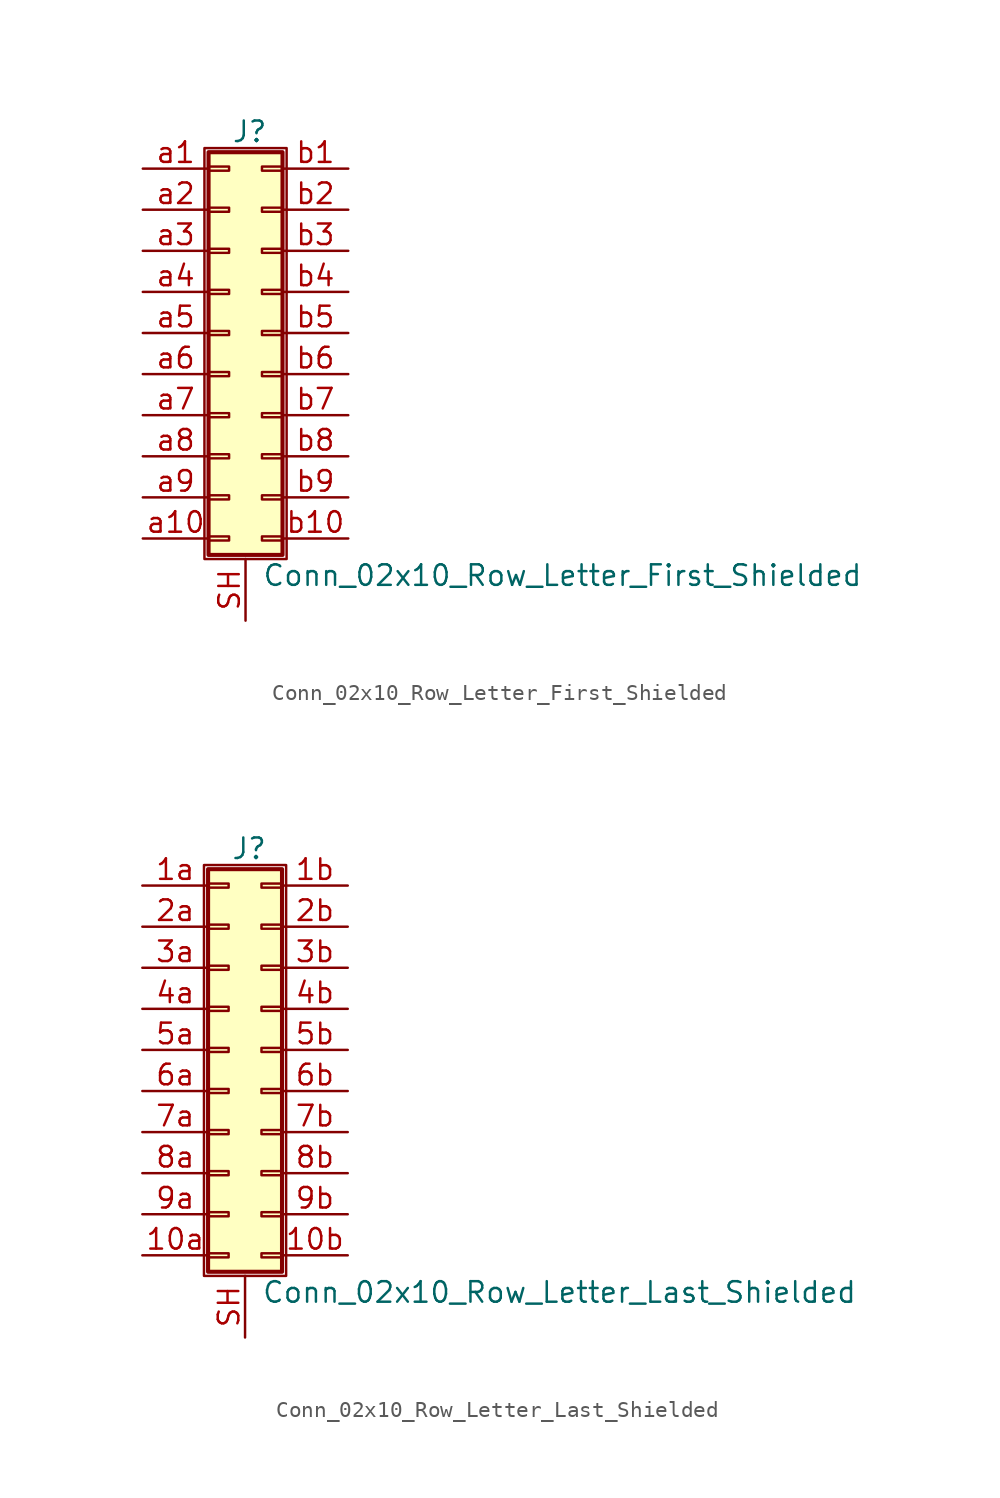
<source format=kicad_sym>
(kicad_symbol_lib
  (version 20201005)
  (generator kicad_symbol_editor)
  (symbol "Conn_02x10_Row_Letter_First_Shielded"
    (pin_names
      (offset 1.016) hide)
    (property "Reference" "J"
      (at 1.524 12.446 0)
      (effects (font (size 1.27 1.27))))
    (property "Value" "Conn_02x10_Row_Letter_First_Shielded"
      (at 2.286 -14.986 0)
      (effects (font (size 1.27 1.27)) (justify left)))
    (symbol "Conn_02x10_Row_Letter_First_Shielded_1_1"
      (rectangle (start -1.27 11.43) (end 3.81 -13.97) (stroke (width 0.152)) (fill (type none)))
      (rectangle (start -1.016 -12.573) (end 0.254 -12.827) (stroke (width 0.152)) (fill (type none)))
      (rectangle (start -1.016 -10.033) (end 0.254 -10.287) (stroke (width 0.152)) (fill (type none)))
      (rectangle (start -1.016 -7.493) (end 0.254 -7.747) (stroke (width 0.152)) (fill (type none)))
      (rectangle (start -1.016 -4.953) (end 0.254 -5.207) (stroke (width 0.152)) (fill (type none)))
      (rectangle (start -1.016 -2.413) (end 0.254 -2.667) (stroke (width 0.152)) (fill (type none)))
      (rectangle (start -1.016 0.127) (end 0.254 -0.127) (stroke (width 0.152)) (fill (type none)))
      (rectangle (start -1.016 2.667) (end 0.254 2.413) (stroke (width 0.152)) (fill (type none)))
      (rectangle (start -1.016 5.207) (end 0.254 4.953) (stroke (width 0.152)) (fill (type none)))
      (rectangle (start -1.016 7.747) (end 0.254 7.493) (stroke (width 0.152)) (fill (type none)))
      (rectangle (start -1.016 10.287) (end 0.254 10.033) (stroke (width 0.152)) (fill (type none)))
      (rectangle (start -1.016 11.176) (end 3.556 -13.716) (stroke (width 0.254)) (fill (type background)))
      (rectangle (start 3.556 -12.573) (end 2.286 -12.827) (stroke (width 0.152)) (fill (type none)))
      (rectangle (start 3.556 -10.033) (end 2.286 -10.287) (stroke (width 0.152)) (fill (type none)))
      (rectangle (start 3.556 -7.493) (end 2.286 -7.747) (stroke (width 0.152)) (fill (type none)))
      (rectangle (start 3.556 -4.953) (end 2.286 -5.207) (stroke (width 0.152)) (fill (type none)))
      (rectangle (start 3.556 -2.413) (end 2.286 -2.667) (stroke (width 0.152)) (fill (type none)))
      (rectangle (start 3.556 0.127) (end 2.286 -0.127) (stroke (width 0.152)) (fill (type none)))
      (rectangle (start 3.556 2.667) (end 2.286 2.413) (stroke (width 0.152)) (fill (type none)))
      (rectangle (start 3.556 5.207) (end 2.286 4.953) (stroke (width 0.152)) (fill (type none)))
      (rectangle (start 3.556 7.747) (end 2.286 7.493) (stroke (width 0.152)) (fill (type none)))
      (rectangle (start 3.556 10.287) (end 2.286 10.033) (stroke (width 0.152)) (fill (type none)))
      (pin passive line (at 1.27 -17.78 90) (length 3.81) (name "Shield" (effects (font (size 1.27 1.27)))) (number "SH" (effects (font (size 1.27 1.27)))))
      (pin passive line (at -5.08 10.16 0) (length 4.064) (name "Pin_a1" (effects (font (size 1.27 1.27)))) (number "a1" (effects (font (size 1.27 1.27)))))
      (pin passive line (at -5.08 -12.7 0) (length 4.064) (name "Pin_a10" (effects (font (size 1.27 1.27)))) (number "a10" (effects (font (size 1.27 1.27)))))
      (pin passive line (at -5.08 7.62 0) (length 4.064) (name "Pin_a2" (effects (font (size 1.27 1.27)))) (number "a2" (effects (font (size 1.27 1.27)))))
      (pin passive line (at -5.08 5.08 0) (length 4.064) (name "Pin_a3" (effects (font (size 1.27 1.27)))) (number "a3" (effects (font (size 1.27 1.27)))))
      (pin passive line (at -5.08 2.54 0) (length 4.064) (name "Pin_a4" (effects (font (size 1.27 1.27)))) (number "a4" (effects (font (size 1.27 1.27)))))
      (pin passive line (at -5.08 0 0) (length 4.064) (name "Pin_a5" (effects (font (size 1.27 1.27)))) (number "a5" (effects (font (size 1.27 1.27)))))
      (pin passive line (at -5.08 -2.54 0) (length 4.064) (name "Pin_a6" (effects (font (size 1.27 1.27)))) (number "a6" (effects (font (size 1.27 1.27)))))
      (pin passive line (at -5.08 -5.08 0) (length 4.064) (name "Pin_a7" (effects (font (size 1.27 1.27)))) (number "a7" (effects (font (size 1.27 1.27)))))
      (pin passive line (at -5.08 -7.62 0) (length 4.064) (name "Pin_a8" (effects (font (size 1.27 1.27)))) (number "a8" (effects (font (size 1.27 1.27)))))
      (pin passive line (at -5.08 -10.16 0) (length 4.064) (name "Pin_a9" (effects (font (size 1.27 1.27)))) (number "a9" (effects (font (size 1.27 1.27)))))
      (pin passive line (at 7.62 10.16 180) (length 4.064) (name "Pin_b1" (effects (font (size 1.27 1.27)))) (number "b1" (effects (font (size 1.27 1.27)))))
      (pin passive line (at 7.62 -12.7 180) (length 4.064) (name "Pin_b10" (effects (font (size 1.27 1.27)))) (number "b10" (effects (font (size 1.27 1.27)))))
      (pin passive line (at 7.62 7.62 180) (length 4.064) (name "Pin_b2" (effects (font (size 1.27 1.27)))) (number "b2" (effects (font (size 1.27 1.27)))))
      (pin passive line (at 7.62 5.08 180) (length 4.064) (name "Pin_b3" (effects (font (size 1.27 1.27)))) (number "b3" (effects (font (size 1.27 1.27)))))
      (pin passive line (at 7.62 2.54 180) (length 4.064) (name "Pin_b4" (effects (font (size 1.27 1.27)))) (number "b4" (effects (font (size 1.27 1.27)))))
      (pin passive line (at 7.62 0 180) (length 4.064) (name "Pin_b5" (effects (font (size 1.27 1.27)))) (number "b5" (effects (font (size 1.27 1.27)))))
      (pin passive line (at 7.62 -2.54 180) (length 4.064) (name "Pin_b6" (effects (font (size 1.27 1.27)))) (number "b6" (effects (font (size 1.27 1.27)))))
      (pin passive line (at 7.62 -5.08 180) (length 4.064) (name "Pin_b7" (effects (font (size 1.27 1.27)))) (number "b7" (effects (font (size 1.27 1.27)))))
      (pin passive line (at 7.62 -7.62 180) (length 4.064) (name "Pin_b8" (effects (font (size 1.27 1.27)))) (number "b8" (effects (font (size 1.27 1.27)))))
      (pin passive line (at 7.62 -10.16 180) (length 4.064) (name "Pin_b9" (effects (font (size 1.27 1.27)))) (number "b9" (effects (font (size 1.27 1.27)))))))
  (symbol "Conn_02x10_Row_Letter_Last_Shielded"
    (pin_names
      (offset 1.016) hide)
    (property "Reference" "J"
      (at 1.524 12.446 0)
      (effects (font (size 1.27 1.27))))
    (property "Value" "Conn_02x10_Row_Letter_Last_Shielded"
      (at 2.286 -14.986 0)
      (effects (font (size 1.27 1.27)) (justify left)))
    (symbol "Conn_02x10_Row_Letter_Last_Shielded_1_1"
      (rectangle (start -1.27 11.43) (end 3.81 -13.97) (stroke (width 0.152)) (fill (type none)))
      (rectangle (start -1.016 -12.573) (end 0.254 -12.827) (stroke (width 0.152)) (fill (type none)))
      (rectangle (start -1.016 -10.033) (end 0.254 -10.287) (stroke (width 0.152)) (fill (type none)))
      (rectangle (start -1.016 -7.493) (end 0.254 -7.747) (stroke (width 0.152)) (fill (type none)))
      (rectangle (start -1.016 -4.953) (end 0.254 -5.207) (stroke (width 0.152)) (fill (type none)))
      (rectangle (start -1.016 -2.413) (end 0.254 -2.667) (stroke (width 0.152)) (fill (type none)))
      (rectangle (start -1.016 0.127) (end 0.254 -0.127) (stroke (width 0.152)) (fill (type none)))
      (rectangle (start -1.016 2.667) (end 0.254 2.413) (stroke (width 0.152)) (fill (type none)))
      (rectangle (start -1.016 5.207) (end 0.254 4.953) (stroke (width 0.152)) (fill (type none)))
      (rectangle (start -1.016 7.747) (end 0.254 7.493) (stroke (width 0.152)) (fill (type none)))
      (rectangle (start -1.016 10.287) (end 0.254 10.033) (stroke (width 0.152)) (fill (type none)))
      (rectangle (start -1.016 11.176) (end 3.556 -13.716) (stroke (width 0.254)) (fill (type background)))
      (rectangle (start 3.556 -12.573) (end 2.286 -12.827) (stroke (width 0.152)) (fill (type none)))
      (rectangle (start 3.556 -10.033) (end 2.286 -10.287) (stroke (width 0.152)) (fill (type none)))
      (rectangle (start 3.556 -7.493) (end 2.286 -7.747) (stroke (width 0.152)) (fill (type none)))
      (rectangle (start 3.556 -4.953) (end 2.286 -5.207) (stroke (width 0.152)) (fill (type none)))
      (rectangle (start 3.556 -2.413) (end 2.286 -2.667) (stroke (width 0.152)) (fill (type none)))
      (rectangle (start 3.556 0.127) (end 2.286 -0.127) (stroke (width 0.152)) (fill (type none)))
      (rectangle (start 3.556 2.667) (end 2.286 2.413) (stroke (width 0.152)) (fill (type none)))
      (rectangle (start 3.556 5.207) (end 2.286 4.953) (stroke (width 0.152)) (fill (type none)))
      (rectangle (start 3.556 7.747) (end 2.286 7.493) (stroke (width 0.152)) (fill (type none)))
      (rectangle (start 3.556 10.287) (end 2.286 10.033) (stroke (width 0.152)) (fill (type none)))
      (pin passive line (at -5.08 -12.7 0) (length 4.064) (name "Pin_10a" (effects (font (size 1.27 1.27)))) (number "10a" (effects (font (size 1.27 1.27)))))
      (pin passive line (at 7.62 -12.7 180) (length 4.064) (name "Pin_10b" (effects (font (size 1.27 1.27)))) (number "10b" (effects (font (size 1.27 1.27)))))
      (pin passive line (at -5.08 10.16 0) (length 4.064) (name "Pin_1a" (effects (font (size 1.27 1.27)))) (number "1a" (effects (font (size 1.27 1.27)))))
      (pin passive line (at 7.62 10.16 180) (length 4.064) (name "Pin_1b" (effects (font (size 1.27 1.27)))) (number "1b" (effects (font (size 1.27 1.27)))))
      (pin passive line (at -5.08 7.62 0) (length 4.064) (name "Pin_2a" (effects (font (size 1.27 1.27)))) (number "2a" (effects (font (size 1.27 1.27)))))
      (pin passive line (at 7.62 7.62 180) (length 4.064) (name "Pin_2b" (effects (font (size 1.27 1.27)))) (number "2b" (effects (font (size 1.27 1.27)))))
      (pin passive line (at -5.08 5.08 0) (length 4.064) (name "Pin_3a" (effects (font (size 1.27 1.27)))) (number "3a" (effects (font (size 1.27 1.27)))))
      (pin passive line (at 7.62 5.08 180) (length 4.064) (name "Pin_3b" (effects (font (size 1.27 1.27)))) (number "3b" (effects (font (size 1.27 1.27)))))
      (pin passive line (at -5.08 2.54 0) (length 4.064) (name "Pin_4a" (effects (font (size 1.27 1.27)))) (number "4a" (effects (font (size 1.27 1.27)))))
      (pin passive line (at 7.62 2.54 180) (length 4.064) (name "Pin_4b" (effects (font (size 1.27 1.27)))) (number "4b" (effects (font (size 1.27 1.27)))))
      (pin passive line (at -5.08 0 0) (length 4.064) (name "Pin_5a" (effects (font (size 1.27 1.27)))) (number "5a" (effects (font (size 1.27 1.27)))))
      (pin passive line (at 7.62 0 180) (length 4.064) (name "Pin_5b" (effects (font (size 1.27 1.27)))) (number "5b" (effects (font (size 1.27 1.27)))))
      (pin passive line (at -5.08 -2.54 0) (length 4.064) (name "Pin_6a" (effects (font (size 1.27 1.27)))) (number "6a" (effects (font (size 1.27 1.27)))))
      (pin passive line (at 7.62 -2.54 180) (length 4.064) (name "Pin_6b" (effects (font (size 1.27 1.27)))) (number "6b" (effects (font (size 1.27 1.27)))))
      (pin passive line (at -5.08 -5.08 0) (length 4.064) (name "Pin_7a" (effects (font (size 1.27 1.27)))) (number "7a" (effects (font (size 1.27 1.27)))))
      (pin passive line (at 7.62 -5.08 180) (length 4.064) (name "Pin_7b" (effects (font (size 1.27 1.27)))) (number "7b" (effects (font (size 1.27 1.27)))))
      (pin passive line (at -5.08 -7.62 0) (length 4.064) (name "Pin_8a" (effects (font (size 1.27 1.27)))) (number "8a" (effects (font (size 1.27 1.27)))))
      (pin passive line (at 7.62 -7.62 180) (length 4.064) (name "Pin_8b" (effects (font (size 1.27 1.27)))) (number "8b" (effects (font (size 1.27 1.27)))))
      (pin passive line (at -5.08 -10.16 0) (length 4.064) (name "Pin_9a" (effects (font (size 1.27 1.27)))) (number "9a" (effects (font (size 1.27 1.27)))))
      (pin passive line (at 7.62 -10.16 180) (length 4.064) (name "Pin_9b" (effects (font (size 1.27 1.27)))) (number "9b" (effects (font (size 1.27 1.27)))))
      (pin passive line (at 1.27 -17.78 90) (length 3.81) (name "Shield" (effects (font (size 1.27 1.27)))) (number "SH" (effects (font (size 1.27 1.27))))))))
</source>
